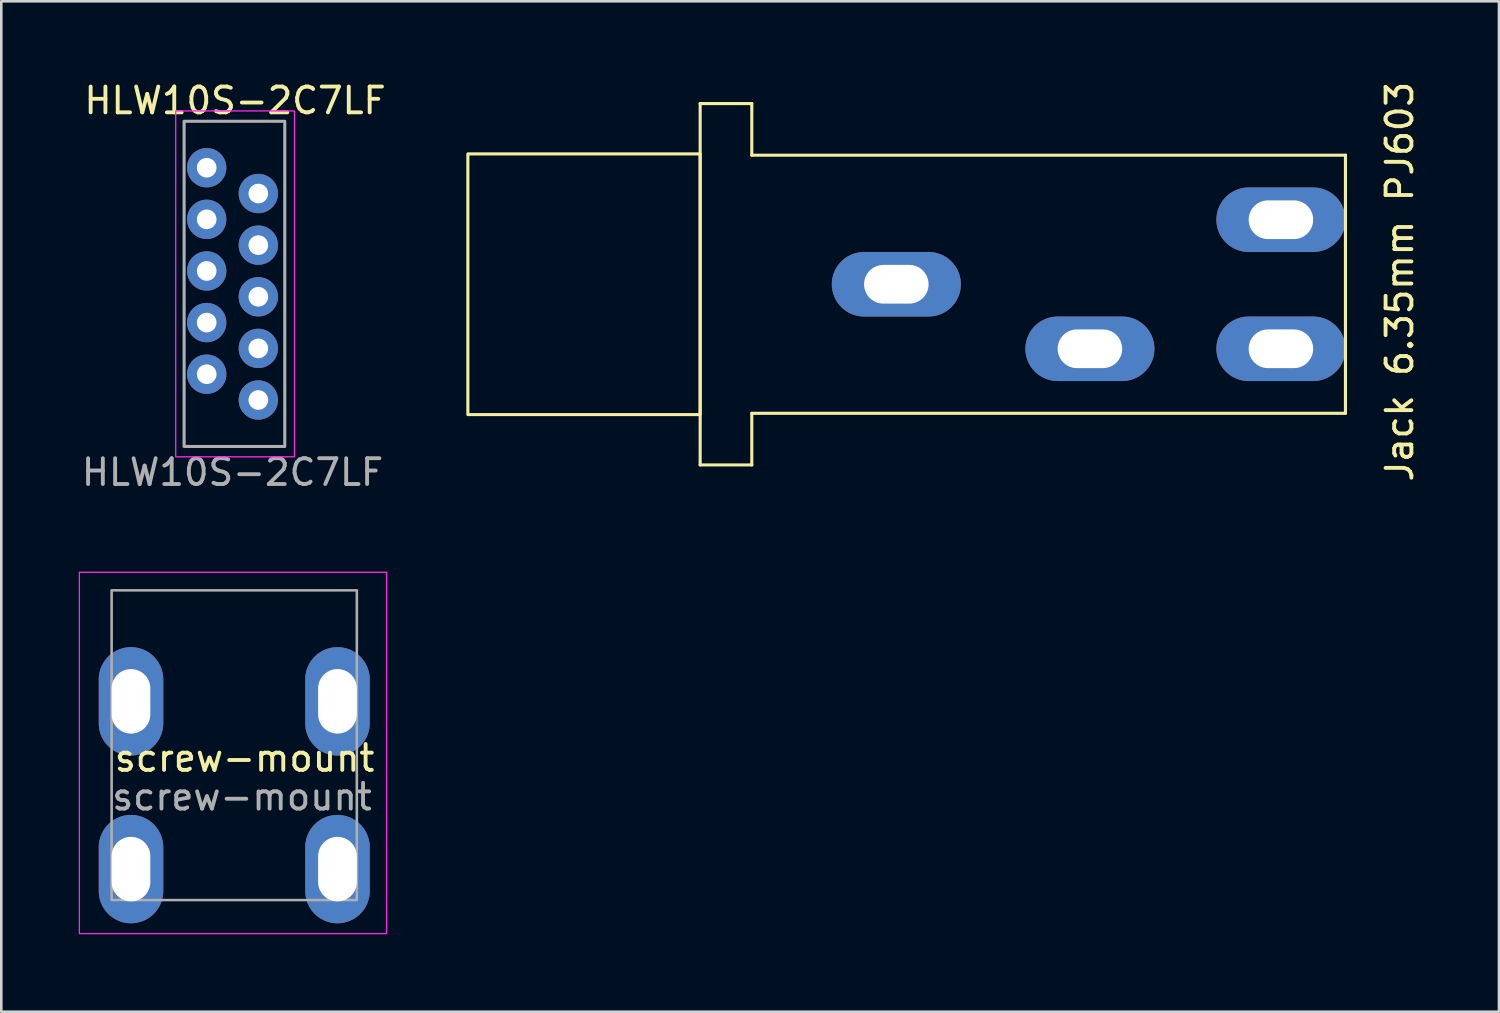
<source format=kicad_pcb>
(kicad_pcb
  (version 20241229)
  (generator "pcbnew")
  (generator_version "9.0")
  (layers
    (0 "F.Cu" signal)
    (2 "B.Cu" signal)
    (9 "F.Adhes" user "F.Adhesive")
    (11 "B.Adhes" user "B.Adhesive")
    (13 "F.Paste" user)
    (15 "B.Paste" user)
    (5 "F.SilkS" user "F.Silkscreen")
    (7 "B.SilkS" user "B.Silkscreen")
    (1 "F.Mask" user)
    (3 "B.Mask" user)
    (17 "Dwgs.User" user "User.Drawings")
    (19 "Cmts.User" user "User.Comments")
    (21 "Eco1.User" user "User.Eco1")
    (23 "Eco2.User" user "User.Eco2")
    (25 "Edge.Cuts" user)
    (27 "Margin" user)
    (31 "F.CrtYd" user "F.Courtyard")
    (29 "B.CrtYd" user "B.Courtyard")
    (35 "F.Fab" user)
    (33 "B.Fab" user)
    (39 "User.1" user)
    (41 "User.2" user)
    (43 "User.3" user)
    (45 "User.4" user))
  (footprint "Jack 6.35mm PJ603"
    (layer "F.Cu")
    (at 36.777 7.963)
    (property "Reference" "Jack 6.35mm PJ603" (at 14.4 -0.1 90) (layer "F.SilkS") (effects (font (size 1 1) (thickness 0.15))))
    (attr through_hole)
    (fp_line (start -12.7 -7) (end -10.7 -7) (stroke (width 0.12) (type solid)) (layer "F.SilkS"))
    (fp_line (start -12.7 7) (end -12.7 -7) (stroke (width 0.12) (type solid)) (layer "F.SilkS"))
    (fp_line (start -12.7 7) (end -10.7 7) (stroke (width 0.12) (type solid)) (layer "F.SilkS"))
    (fp_line (start -10.7 -7) (end -10.7 -5) (stroke (width 0.12) (type solid)) (layer "F.SilkS"))
    (fp_line (start -10.7 -5) (end 12.3 -5) (stroke (width 0.12) (type solid)) (layer "F.SilkS"))
    (fp_line (start -10.7 7) (end -10.7 5) (stroke (width 0.12) (type solid)) (layer "F.SilkS"))
    (fp_line (start 12.3 -5) (end 12.3 5) (stroke (width 0.12) (type solid)) (layer "F.SilkS"))
    (fp_line (start 12.3 5) (end -10.7 5) (stroke (width 0.12) (type solid)) (layer "F.SilkS"))
    (fp_rect (start -12.7 -5.05) (end -21.7 5.05) (stroke (width 0.12) (type solid)) (fill no) (layer "F.SilkS"))
    (pad "G" thru_hole oval (at -5.1 0) (size 5 2.5) (drill oval 2.5 1.5) (layers "*.Cu" "*.Mask"))
    (pad "S" thru_hole oval (at 9.8 -2.5) (size 5 2.5) (drill oval 2.5 1.5) (layers "*.Cu" "*.Mask"))
    (pad "T" thru_hole oval (at 9.8 2.5) (size 5 2.5) (drill oval 2.5 1.5) (layers "*.Cu" "*.Mask"))
    (pad "TN" thru_hole oval (at 2.4 2.5) (size 5 2.5) (drill oval 2.5 1.5) (layers "*.Cu" "*.Mask")))
  (footprint "HLW10S-2C7LF"
    (layer "F.Cu")
    (at 4.958 3.448)
    (property "Reference" "HLW10S-2C7LF" (at 1.1 -2.6 0) (unlocked yes) (layer "F.SilkS") (effects (font (size 1 1) (thickness 0.15))))
    (attr through_hole)
    (fp_rect (start -1.2 -2.2) (end 3.4 11.2) (stroke (width 0.05) (type solid)) (fill no) (layer "F.CrtYd"))
    (fp_rect (start -0.875 -1.8) (end 3.025 10.8) (stroke (width 0.12) (type solid)) (fill no) (layer "F.Fab"))
    (fp_text user "${REFERENCE}" (at 1 11.8 0) (unlocked yes) (layer "F.Fab") (effects (font (size 1 1) (thickness 0.15))))
    (pad "1" thru_hole circle (at 0 0) (size 1.524 1.524) (drill 0.762) (layers "*.Cu" "*.Mask"))
    (pad "2" thru_hole circle (at 2 1) (size 1.524 1.524) (drill 0.762) (layers "*.Cu" "*.Mask"))
    (pad "3" thru_hole circle (at 0 2) (size 1.524 1.524) (drill 0.762) (layers "*.Cu" "*.Mask"))
    (pad "4" thru_hole circle (at 2 3) (size 1.524 1.524) (drill 0.762) (layers "*.Cu" "*.Mask"))
    (pad "5" thru_hole circle (at 0 4) (size 1.524 1.524) (drill 0.762) (layers "*.Cu" "*.Mask"))
    (pad "6" thru_hole circle (at 2 5) (size 1.524 1.524) (drill 0.762) (layers "*.Cu" "*.Mask"))
    (pad "7" thru_hole circle (at 0 6) (size 1.524 1.524) (drill 0.762) (layers "*.Cu" "*.Mask"))
    (pad "8" thru_hole circle (at 2 7) (size 1.524 1.524) (drill 0.762) (layers "*.Cu" "*.Mask"))
    (pad "9" thru_hole circle (at 0 8) (size 1.524 1.524) (drill 0.762) (layers "*.Cu" "*.Mask"))
    (pad "10" thru_hole circle (at 2 9) (size 1.524 1.524) (drill 0.762) (layers "*.Cu" "*.Mask")))
  (footprint "screw-mount"
    (layer "F.Cu")
    (at 2.025 24.122)
    (property "Reference" "screw-mount" (at 4.4 2.2 0) (unlocked yes) (layer "F.SilkS") (effects (font (size 1 1) (thickness 0.15))))
    (attr through_hole)
    (fp_rect (start -2 -5) (end 9.9 9) (stroke (width 0.05) (type solid)) (fill no) (layer "F.CrtYd"))
    (fp_rect (start -0.75 -4.3) (end 8.75 7.7) (stroke (width 0.1) (type solid)) (fill no) (layer "F.Fab"))
    (fp_text user "${REFERENCE}" (at 4.3 3.7 0) (unlocked yes) (layer "F.Fab") (effects (font (size 1 1) (thickness 0.15))))
    (pad "1" thru_hole oval (at 0 0) (size 2.5 4.2) (drill oval 1.5 2.5) (layers "*.Cu" "*.Mask"))
    (pad "1" thru_hole oval (at 0 6.5) (size 2.5 4.2) (drill oval 1.5 2.5) (layers "*.Cu" "*.Mask"))
    (pad "1" thru_hole oval (at 8 0) (size 2.5 4.2) (drill oval 1.5 2.5) (layers "*.Cu" "*.Mask"))
    (pad "1" thru_hole oval (at 8 6.5) (size 2.5 4.2) (drill oval 1.5 2.5) (layers "*.Cu" "*.Mask")))
  (gr_rect
    (start -3 -3)
    (end 55.025 36.147)
    (stroke (width 0.1) (type default))
    (fill no)
    (layer "Edge.Cuts")))
</source>
